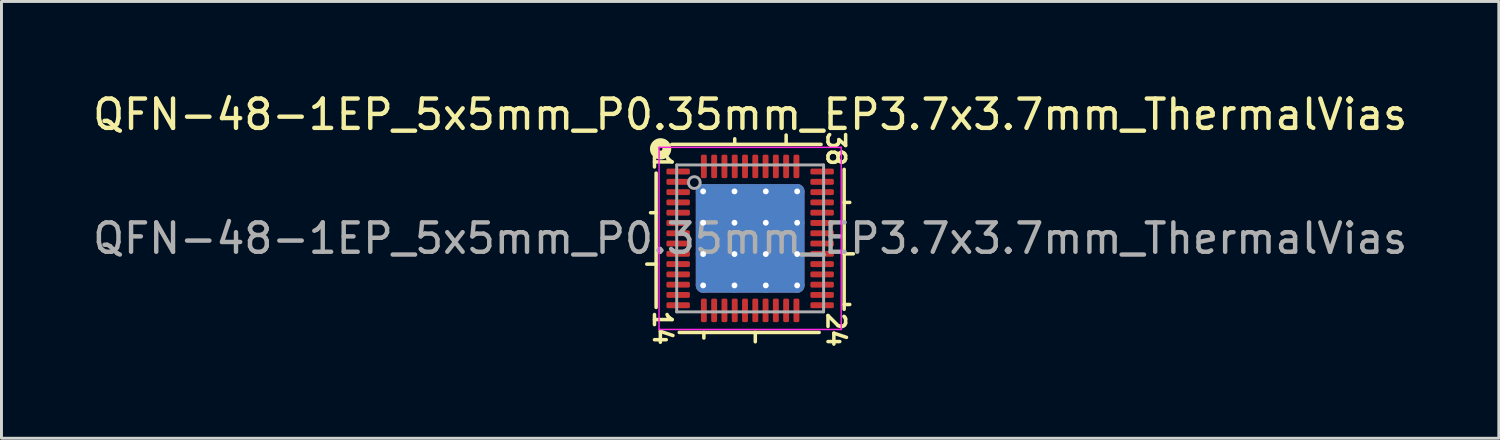
<source format=kicad_pcb>
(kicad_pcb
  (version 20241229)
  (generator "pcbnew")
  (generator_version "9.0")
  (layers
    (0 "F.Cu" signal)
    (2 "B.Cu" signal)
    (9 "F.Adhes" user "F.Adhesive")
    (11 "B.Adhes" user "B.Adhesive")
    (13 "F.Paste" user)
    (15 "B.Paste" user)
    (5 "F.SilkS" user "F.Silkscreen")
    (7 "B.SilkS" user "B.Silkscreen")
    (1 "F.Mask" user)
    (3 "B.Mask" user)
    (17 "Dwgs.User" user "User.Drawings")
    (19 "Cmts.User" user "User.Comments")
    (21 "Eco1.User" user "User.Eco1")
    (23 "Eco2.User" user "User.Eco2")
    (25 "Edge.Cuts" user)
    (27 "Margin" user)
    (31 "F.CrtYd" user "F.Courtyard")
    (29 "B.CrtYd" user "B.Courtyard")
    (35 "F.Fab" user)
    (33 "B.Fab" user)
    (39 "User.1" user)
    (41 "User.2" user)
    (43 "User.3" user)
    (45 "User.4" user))
  (footprint "QFN-48-1EP_5x5mm_P0.35mm_EP3.7x3.7mm_ThermalVias"
    (layer "F.Cu")
    (at 22.482 5.064)
    (property "Reference" "QFN-48-1EP_5x5mm_P0.35mm_EP3.7x3.7mm_ThermalVias" (at 0 -4.216 0) (layer "F.SilkS") (effects (font (size 1 1) (thickness 0.15))))
    (attr smd)
    (fp_line (start -3.2 -2.223) (end -3.2 2.349) (stroke (width 0.12) (type solid)) (layer "F.SilkS"))
    (fp_line (start -3.2 -0.875) (end -3.39 -0.875) (stroke (width 0.12) (type solid)) (layer "F.SilkS"))
    (fp_line (start -3.2 0.875) (end -3.518 0.875) (stroke (width 0.12) (type solid)) (layer "F.SilkS"))
    (fp_line (start -2.413 3.2) (end 2.349 3.2) (stroke (width 0.12) (type solid)) (layer "F.SilkS"))
    (fp_line (start -1.575 3.2) (end -1.575 3.39) (stroke (width 0.12) (type solid)) (layer "F.SilkS"))
    (fp_line (start -0.525 -3.2) (end -0.525 -3.39) (stroke (width 0.12) (type solid)) (layer "F.SilkS"))
    (fp_line (start 0.175 3.2) (end 0.175 3.518) (stroke (width 0.12) (type solid)) (layer "F.SilkS"))
    (fp_line (start 1.225 -3.2) (end 1.225 -3.518) (stroke (width 0.12) (type solid)) (layer "F.SilkS"))
    (fp_line (start 2.413 -3.2) (end -2.667 -3.2) (stroke (width 0.12) (type solid)) (layer "F.SilkS"))
    (fp_line (start 3.2 -1.225) (end 3.39 -1.225) (stroke (width 0.12) (type solid)) (layer "F.SilkS"))
    (fp_line (start 3.2 0.525) (end 3.514 0.525) (stroke (width 0.12) (type solid)) (layer "F.SilkS"))
    (fp_line (start 3.2 2.25) (end 3.39 2.25) (stroke (width 0.12) (type solid)) (layer "F.SilkS"))
    (fp_line (start 3.2 2.413) (end 3.2 -2.349) (stroke (width 0.12) (type solid)) (layer "F.SilkS"))
    (fp_circle (center -3.048 -3.048) (end -2.985 -3.048) (stroke (width 0.3) (type solid)) (fill no) (layer "F.SilkS"))
    (fp_line (start -3.1 -3.1) (end -3.1 3.1) (stroke (width 0.05) (type solid)) (layer "F.CrtYd"))
    (fp_line (start -3.1 3.1) (end 3.1 3.1) (stroke (width 0.05) (type solid)) (layer "F.CrtYd"))
    (fp_line (start 3.1 -3.1) (end -3.1 -3.1) (stroke (width 0.05) (type solid)) (layer "F.CrtYd"))
    (fp_line (start 3.1 3.1) (end 3.1 -3.1) (stroke (width 0.05) (type solid)) (layer "F.CrtYd"))
    (fp_line (start -2.5 -2.5) (end 2.5 -2.5) (stroke (width 0.1) (type solid)) (layer "F.Fab"))
    (fp_line (start -2.5 2.5) (end -2.5 -2.5) (stroke (width 0.1) (type solid)) (layer "F.Fab"))
    (fp_line (start 2.5 -2.5) (end 2.5 2.5) (stroke (width 0.1) (type solid)) (layer "F.Fab"))
    (fp_line (start 2.5 2.5) (end -2.5 2.5) (stroke (width 0.1) (type solid)) (layer "F.Fab"))
    (fp_circle (center -1.9 -1.9) (end -1.7 -1.9) (stroke (width 0.1) (type solid)) (fill no) (layer "F.Fab"))
    (fp_text user "14" (at -2.985 3.048 270) (unlocked yes) (layer "F.SilkS") (effects (font (size 0.6 0.6) (thickness 0.12))))
    (fp_text user "38" (at 2.921 -3.048 270) (unlocked yes) (layer "F.SilkS") (effects (font (size 0.6 0.6) (thickness 0.12))))
    (fp_text user "24" (at 2.921 3.111 270) (unlocked yes) (layer "F.SilkS") (effects (font (size 0.6 0.6) (thickness 0.12))))
    (fp_text user "1" (at -2.985 -2.603 270) (unlocked yes) (layer "F.SilkS") (effects (font (size 0.6 0.6) (thickness 0.12))))
    (fp_text user "${REFERENCE}" (at 0 0 0) (layer "F.Fab") (effects (font (size 1 1) (thickness 0.15))))
    (pad "" smd custom (at -1.067 -1.067) (size 0.834 0.834) (layers "F.Paste") (options (anchor circle)) (primitives (gr_poly (pts (xy 0.356 -0.256) (xy 0.356 0.256) (xy 0.256 0.356) (xy -0.256 0.356) (xy -0.356 0.256) (xy -0.356 -0.256) (xy -0.256 -0.356) (xy 0.256 -0.356)) (width 0.243) (fill yes))))
    (pad "" smd custom (at -1.067 0) (size 0.834 0.834) (layers "F.Paste") (options (anchor circle)) (primitives (gr_poly (pts (xy 0.356 -0.256) (xy 0.356 0.256) (xy 0.256 0.356) (xy -0.256 0.356) (xy -0.356 0.256) (xy -0.356 -0.256) (xy -0.256 -0.356) (xy 0.256 -0.356)) (width 0.243) (fill yes))))
    (pad "" smd custom (at -1.067 1.067) (size 0.834 0.834) (layers "F.Paste") (options (anchor circle)) (primitives (gr_poly (pts (xy 0.356 -0.256) (xy 0.356 0.256) (xy 0.256 0.356) (xy -0.256 0.356) (xy -0.356 0.256) (xy -0.356 -0.256) (xy -0.256 -0.356) (xy 0.256 -0.356)) (width 0.243) (fill yes))))
    (pad "" smd custom (at 0 -1.067) (size 0.834 0.834) (layers "F.Paste") (options (anchor circle)) (primitives (gr_poly (pts (xy 0.356 -0.256) (xy 0.356 0.256) (xy 0.256 0.356) (xy -0.256 0.356) (xy -0.356 0.256) (xy -0.356 -0.256) (xy -0.256 -0.356) (xy 0.256 -0.356)) (width 0.243) (fill yes))))
    (pad "" smd custom (at 0 0) (size 0.834 0.834) (layers "F.Paste") (options (anchor circle)) (primitives (gr_poly (pts (xy 0.356 -0.256) (xy 0.356 0.256) (xy 0.256 0.356) (xy -0.256 0.356) (xy -0.356 0.256) (xy -0.356 -0.256) (xy -0.256 -0.356) (xy 0.256 -0.356)) (width 0.243) (fill yes))))
    (pad "" smd custom (at 0 1.067) (size 0.834 0.834) (layers "F.Paste") (options (anchor circle)) (primitives (gr_poly (pts (xy 0.356 -0.256) (xy 0.356 0.256) (xy 0.256 0.356) (xy -0.256 0.356) (xy -0.356 0.256) (xy -0.356 -0.256) (xy -0.256 -0.356) (xy 0.256 -0.356)) (width 0.243) (fill yes))))
    (pad "" smd custom (at 1.067 -1.067) (size 0.834 0.834) (layers "F.Paste") (options (anchor circle)) (primitives (gr_poly (pts (xy 0.356 -0.256) (xy 0.356 0.256) (xy 0.256 0.356) (xy -0.256 0.356) (xy -0.356 0.256) (xy -0.356 -0.256) (xy -0.256 -0.356) (xy 0.256 -0.356)) (width 0.243) (fill yes))))
    (pad "" smd custom (at 1.067 0) (size 0.834 0.834) (layers "F.Paste") (options (anchor circle)) (primitives (gr_poly (pts (xy 0.356 -0.256) (xy 0.356 0.256) (xy 0.256 0.356) (xy -0.256 0.356) (xy -0.356 0.256) (xy -0.356 -0.256) (xy -0.256 -0.356) (xy 0.256 -0.356)) (width 0.243) (fill yes))))
    (pad "" smd custom (at 1.067 1.067) (size 0.834 0.834) (layers "F.Paste") (options (anchor circle)) (primitives (gr_poly (pts (xy 0.356 -0.256) (xy 0.356 0.256) (xy 0.256 0.356) (xy -0.256 0.356) (xy -0.356 0.256) (xy -0.356 -0.256) (xy -0.256 -0.356) (xy 0.256 -0.356)) (width 0.243) (fill yes))))
    (pad "1" smd roundrect (at -2.45 -2.275) (size 0.8 0.2) (layers "F.Cu" "F.Mask" "F.Paste") (roundrect_rratio 0.25))
    (pad "2" smd roundrect (at -2.45 -1.925) (size 0.8 0.2) (layers "F.Cu" "F.Mask" "F.Paste") (roundrect_rratio 0.25))
    (pad "3" smd roundrect (at -2.45 -1.575) (size 0.8 0.2) (layers "F.Cu" "F.Mask" "F.Paste") (roundrect_rratio 0.25))
    (pad "4" smd roundrect (at -2.45 -1.225) (size 0.8 0.2) (layers "F.Cu" "F.Mask" "F.Paste") (roundrect_rratio 0.25))
    (pad "5" smd roundrect (at -2.45 -0.875) (size 0.8 0.2) (layers "F.Cu" "F.Mask" "F.Paste") (roundrect_rratio 0.25))
    (pad "6" smd roundrect (at -2.45 -0.525) (size 0.8 0.2) (layers "F.Cu" "F.Mask" "F.Paste") (roundrect_rratio 0.25))
    (pad "7" smd roundrect (at -2.45 -0.175) (size 0.8 0.2) (layers "F.Cu" "F.Mask" "F.Paste") (roundrect_rratio 0.25))
    (pad "8" smd roundrect (at -2.45 0.175) (size 0.8 0.2) (layers "F.Cu" "F.Mask" "F.Paste") (roundrect_rratio 0.25))
    (pad "9" smd roundrect (at -2.45 0.525) (size 0.8 0.2) (layers "F.Cu" "F.Mask" "F.Paste") (roundrect_rratio 0.25))
    (pad "10" smd roundrect (at -2.45 0.875) (size 0.8 0.2) (layers "F.Cu" "F.Mask" "F.Paste") (roundrect_rratio 0.25))
    (pad "11" smd roundrect (at -2.45 1.225) (size 0.8 0.2) (layers "F.Cu" "F.Mask" "F.Paste") (roundrect_rratio 0.25))
    (pad "12" smd roundrect (at -2.45 1.575) (size 0.8 0.2) (layers "F.Cu" "F.Mask" "F.Paste") (roundrect_rratio 0.25))
    (pad "13" smd roundrect (at -2.45 1.925) (size 0.8 0.2) (layers "F.Cu" "F.Mask" "F.Paste") (roundrect_rratio 0.25))
    (pad "14" smd roundrect (at -2.45 2.275) (size 0.8 0.2) (layers "F.Cu" "F.Mask" "F.Paste") (roundrect_rratio 0.25))
    (pad "15" smd roundrect (at -1.575 2.45) (size 0.2 0.8) (layers "F.Cu" "F.Mask" "F.Paste") (roundrect_rratio 0.25))
    (pad "16" smd roundrect (at -1.225 2.45) (size 0.2 0.8) (layers "F.Cu" "F.Mask" "F.Paste") (roundrect_rratio 0.25))
    (pad "17" smd roundrect (at -0.875 2.45) (size 0.2 0.8) (layers "F.Cu" "F.Mask" "F.Paste") (roundrect_rratio 0.25))
    (pad "18" smd roundrect (at -0.525 2.45) (size 0.2 0.8) (layers "F.Cu" "F.Mask" "F.Paste") (roundrect_rratio 0.25))
    (pad "19" smd roundrect (at -0.175 2.45) (size 0.2 0.8) (layers "F.Cu" "F.Mask" "F.Paste") (roundrect_rratio 0.25))
    (pad "20" smd roundrect (at 0.175 2.45) (size 0.2 0.8) (layers "F.Cu" "F.Mask" "F.Paste") (roundrect_rratio 0.25))
    (pad "21" smd roundrect (at 0.525 2.45) (size 0.2 0.8) (layers "F.Cu" "F.Mask" "F.Paste") (roundrect_rratio 0.25))
    (pad "22" smd roundrect (at 0.875 2.45) (size 0.2 0.8) (layers "F.Cu" "F.Mask" "F.Paste") (roundrect_rratio 0.25))
    (pad "23" smd roundrect (at 1.225 2.45) (size 0.2 0.8) (layers "F.Cu" "F.Mask" "F.Paste") (roundrect_rratio 0.25))
    (pad "24" smd roundrect (at 1.575 2.45) (size 0.2 0.8) (layers "F.Cu" "F.Mask" "F.Paste") (roundrect_rratio 0.25))
    (pad "25" smd roundrect (at 2.45 2.275) (size 0.8 0.2) (layers "F.Cu" "F.Mask" "F.Paste") (roundrect_rratio 0.25))
    (pad "26" smd roundrect (at 2.45 1.925) (size 0.8 0.2) (layers "F.Cu" "F.Mask" "F.Paste") (roundrect_rratio 0.25))
    (pad "27" smd roundrect (at 2.45 1.575) (size 0.8 0.2) (layers "F.Cu" "F.Mask" "F.Paste") (roundrect_rratio 0.25))
    (pad "28" smd roundrect (at 2.45 1.225) (size 0.8 0.2) (layers "F.Cu" "F.Mask" "F.Paste") (roundrect_rratio 0.25))
    (pad "29" smd roundrect (at 2.45 0.875) (size 0.8 0.2) (layers "F.Cu" "F.Mask" "F.Paste") (roundrect_rratio 0.25))
    (pad "30" smd roundrect (at 2.45 0.525) (size 0.8 0.2) (layers "F.Cu" "F.Mask" "F.Paste") (roundrect_rratio 0.25))
    (pad "31" smd roundrect (at 2.45 0.175) (size 0.8 0.2) (layers "F.Cu" "F.Mask" "F.Paste") (roundrect_rratio 0.25))
    (pad "32" smd roundrect (at 2.45 -0.175) (size 0.8 0.2) (layers "F.Cu" "F.Mask" "F.Paste") (roundrect_rratio 0.25))
    (pad "33" smd roundrect (at 2.45 -0.525) (size 0.8 0.2) (layers "F.Cu" "F.Mask" "F.Paste") (roundrect_rratio 0.25))
    (pad "34" smd roundrect (at 2.45 -0.875) (size 0.8 0.2) (layers "F.Cu" "F.Mask" "F.Paste") (roundrect_rratio 0.25))
    (pad "35" smd roundrect (at 2.45 -1.225) (size 0.8 0.2) (layers "F.Cu" "F.Mask" "F.Paste") (roundrect_rratio 0.25))
    (pad "36" smd roundrect (at 2.45 -1.575) (size 0.8 0.2) (layers "F.Cu" "F.Mask" "F.Paste") (roundrect_rratio 0.25))
    (pad "37" smd roundrect (at 2.45 -1.925) (size 0.8 0.2) (layers "F.Cu" "F.Mask" "F.Paste") (roundrect_rratio 0.25))
    (pad "38" smd roundrect (at 2.45 -2.275) (size 0.8 0.2) (layers "F.Cu" "F.Mask" "F.Paste") (roundrect_rratio 0.25))
    (pad "39" smd roundrect (at 1.575 -2.45) (size 0.2 0.8) (layers "F.Cu" "F.Mask" "F.Paste") (roundrect_rratio 0.25))
    (pad "40" smd roundrect (at 1.225 -2.45) (size 0.2 0.8) (layers "F.Cu" "F.Mask" "F.Paste") (roundrect_rratio 0.25))
    (pad "41" smd roundrect (at 0.875 -2.45) (size 0.2 0.8) (layers "F.Cu" "F.Mask" "F.Paste") (roundrect_rratio 0.25))
    (pad "42" smd roundrect (at 0.525 -2.45) (size 0.2 0.8) (layers "F.Cu" "F.Mask" "F.Paste") (roundrect_rratio 0.25))
    (pad "43" smd roundrect (at 0.175 -2.45) (size 0.2 0.8) (layers "F.Cu" "F.Mask" "F.Paste") (roundrect_rratio 0.25))
    (pad "44" smd roundrect (at -0.175 -2.45) (size 0.2 0.8) (layers "F.Cu" "F.Mask" "F.Paste") (roundrect_rratio 0.25))
    (pad "45" smd roundrect (at -0.525 -2.45) (size 0.2 0.8) (layers "F.Cu" "F.Mask" "F.Paste") (roundrect_rratio 0.25))
    (pad "46" smd roundrect (at -0.875 -2.45) (size 0.2 0.8) (layers "F.Cu" "F.Mask" "F.Paste") (roundrect_rratio 0.25))
    (pad "47" smd roundrect (at -1.225 -2.45) (size 0.2 0.8) (layers "F.Cu" "F.Mask" "F.Paste") (roundrect_rratio 0.25))
    (pad "48" smd roundrect (at -1.575 -2.45) (size 0.2 0.8) (layers "F.Cu" "F.Mask" "F.Paste") (roundrect_rratio 0.25))
    (pad "49" thru_hole circle (at -1.6 -1.6) (size 0.5 0.5) (drill 0.2) (property pad_prop_heatsink) (layers "*.Cu"))
    (pad "49" thru_hole circle (at -1.6 -0.533) (size 0.5 0.5) (drill 0.2) (property pad_prop_heatsink) (layers "*.Cu"))
    (pad "49" thru_hole circle (at -1.6 0.533) (size 0.5 0.5) (drill 0.2) (property pad_prop_heatsink) (layers "*.Cu"))
    (pad "49" thru_hole circle (at -1.6 1.6) (size 0.5 0.5) (drill 0.2) (property pad_prop_heatsink) (layers "*.Cu"))
    (pad "49" thru_hole circle (at -0.533 -1.6) (size 0.5 0.5) (drill 0.2) (property pad_prop_heatsink) (layers "*.Cu"))
    (pad "49" thru_hole circle (at -0.533 -0.533) (size 0.5 0.5) (drill 0.2) (property pad_prop_heatsink) (layers "*.Cu"))
    (pad "49" thru_hole circle (at -0.533 0.533) (size 0.5 0.5) (drill 0.2) (property pad_prop_heatsink) (layers "*.Cu"))
    (pad "49" thru_hole circle (at -0.533 1.6) (size 0.5 0.5) (drill 0.2) (property pad_prop_heatsink) (layers "*.Cu"))
    (pad "49" smd roundrect (at 0 0) (size 3.7 3.7) (layers "F.Cu" "F.Mask") (roundrect_rratio 0.068))
    (pad "49" smd roundrect (at 0 0) (size 3.7 3.7) (layers "B.Cu") (roundrect_rratio 0.068))
    (pad "49" thru_hole circle (at 0.533 -1.6) (size 0.5 0.5) (drill 0.2) (property pad_prop_heatsink) (layers "*.Cu"))
    (pad "49" thru_hole circle (at 0.533 -0.533) (size 0.5 0.5) (drill 0.2) (property pad_prop_heatsink) (layers "*.Cu"))
    (pad "49" thru_hole circle (at 0.533 0.533) (size 0.5 0.5) (drill 0.2) (property pad_prop_heatsink) (layers "*.Cu"))
    (pad "49" thru_hole circle (at 0.533 1.6) (size 0.5 0.5) (drill 0.2) (property pad_prop_heatsink) (layers "*.Cu"))
    (pad "49" thru_hole circle (at 1.6 -1.6) (size 0.5 0.5) (drill 0.2) (property pad_prop_heatsink) (layers "*.Cu"))
    (pad "49" thru_hole circle (at 1.6 -0.533) (size 0.5 0.5) (drill 0.2) (property pad_prop_heatsink) (layers "*.Cu"))
    (pad "49" thru_hole circle (at 1.6 0.533) (size 0.5 0.5) (drill 0.2) (property pad_prop_heatsink) (layers "*.Cu"))
    (pad "49" thru_hole circle (at 1.6 1.6) (size 0.5 0.5) (drill 0.2) (property pad_prop_heatsink) (layers "*.Cu")))
  (gr_rect
    (start -3 -3)
    (end 47.964 11.867)
    (stroke (width 0.1) (type default))
    (fill no)
    (layer "Edge.Cuts")))
</source>
